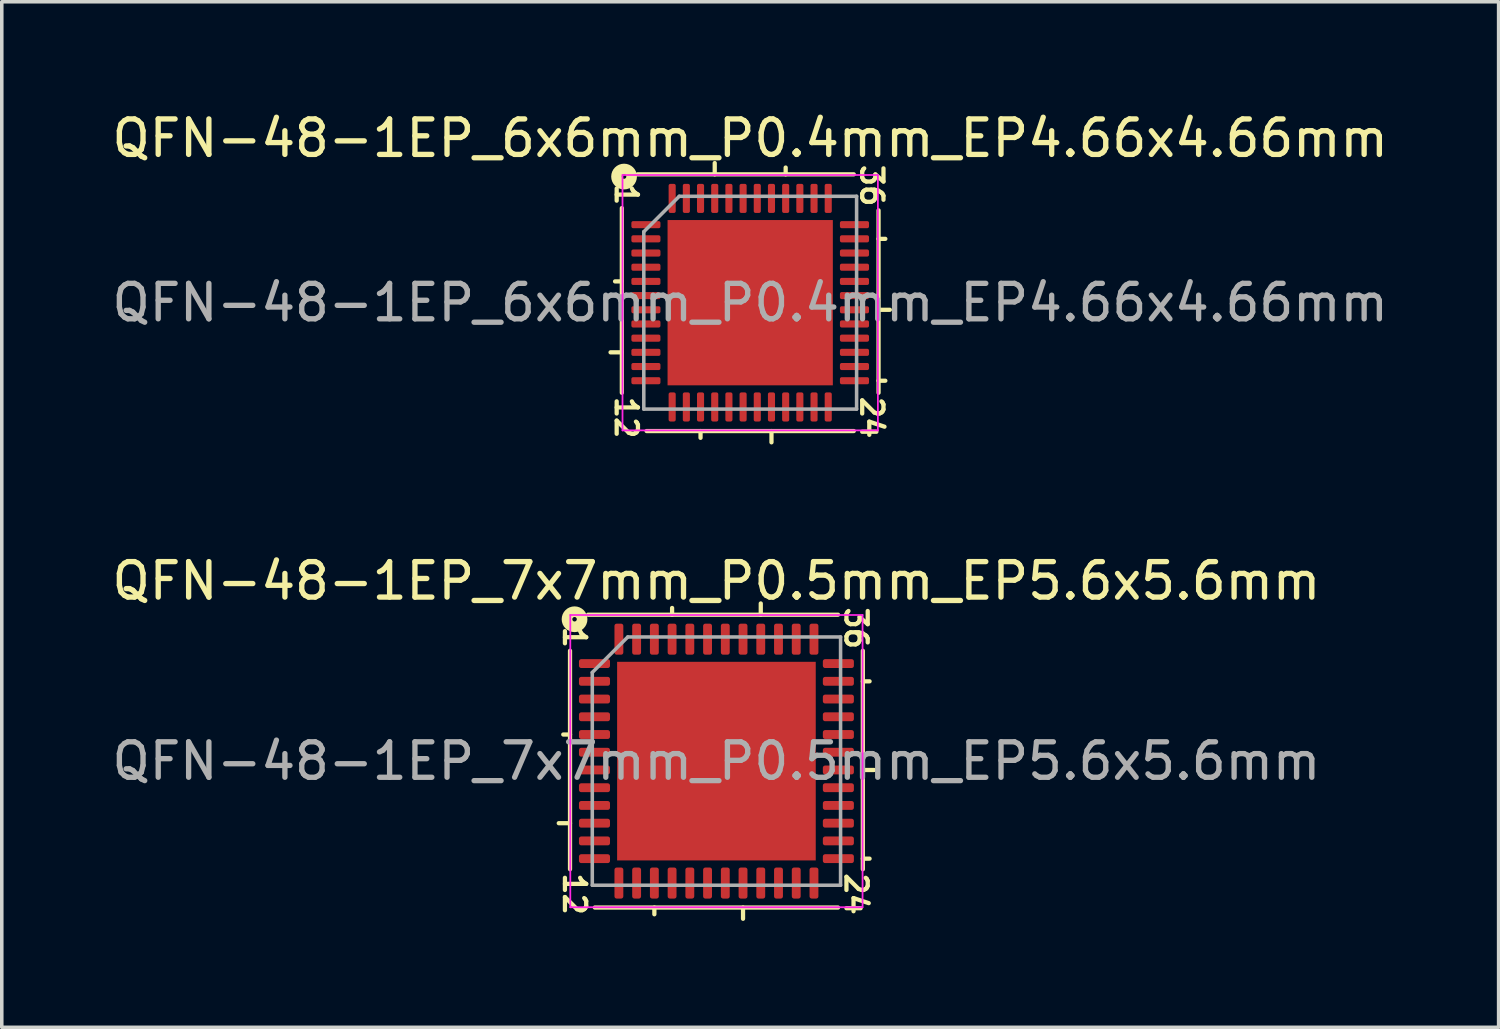
<source format=kicad_pcb>
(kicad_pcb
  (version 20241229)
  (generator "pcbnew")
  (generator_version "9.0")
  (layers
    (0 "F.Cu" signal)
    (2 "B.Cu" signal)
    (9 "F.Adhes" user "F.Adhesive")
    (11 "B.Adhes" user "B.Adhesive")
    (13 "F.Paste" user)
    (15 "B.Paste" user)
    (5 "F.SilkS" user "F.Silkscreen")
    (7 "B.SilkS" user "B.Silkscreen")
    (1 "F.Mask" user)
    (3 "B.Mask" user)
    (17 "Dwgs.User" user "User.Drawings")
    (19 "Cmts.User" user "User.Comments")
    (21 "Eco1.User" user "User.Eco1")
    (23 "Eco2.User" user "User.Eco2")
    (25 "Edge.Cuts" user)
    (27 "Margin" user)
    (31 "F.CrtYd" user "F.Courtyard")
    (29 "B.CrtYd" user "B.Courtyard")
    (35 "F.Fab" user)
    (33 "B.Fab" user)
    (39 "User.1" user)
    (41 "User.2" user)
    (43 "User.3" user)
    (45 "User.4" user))
  (footprint "QFN-48-1EP_6x6mm_P0.4mm_EP4.66x4.66mm"
    (layer "F.Cu")
    (at 18.101 5.484)
    (property "Reference" "QFN-48-1EP_6x6mm_P0.4mm_EP4.66x4.66mm" (at 0 -4.636 0) (layer "F.SilkS") (effects (font (size 1 1) (thickness 0.15))))
    (attr smd)
    (fp_line (start -3.619 -2.667) (end -3.619 2.54) (stroke (width 0.12) (type solid)) (layer "F.SilkS"))
    (fp_line (start -3.619 -0.6) (end -3.81 -0.6) (stroke (width 0.12) (type solid)) (layer "F.SilkS"))
    (fp_line (start -3.619 1.4) (end -3.937 1.4) (stroke (width 0.12) (type solid)) (layer "F.SilkS"))
    (fp_line (start -2.921 3.619) (end 2.921 3.619) (stroke (width 0.12) (type solid)) (layer "F.SilkS"))
    (fp_line (start -1.4 3.81) (end -1.4 3.619) (stroke (width 0.12) (type solid)) (layer "F.SilkS"))
    (fp_line (start -1 -3.619) (end -1 -3.937) (stroke (width 0.12) (type solid)) (layer "F.SilkS"))
    (fp_line (start 0.6 3.619) (end 0.6 3.937) (stroke (width 0.12) (type solid)) (layer "F.SilkS"))
    (fp_line (start 1 -3.619) (end 1 -3.81) (stroke (width 0.12) (type solid)) (layer "F.SilkS"))
    (fp_line (start 2.921 -3.619) (end -3.175 -3.619) (stroke (width 0.12) (type solid)) (layer "F.SilkS"))
    (fp_line (start 3.619 -1.8) (end 3.81 -1.8) (stroke (width 0.12) (type solid)) (layer "F.SilkS"))
    (fp_line (start 3.619 0.2) (end 3.937 0.2) (stroke (width 0.12) (type solid)) (layer "F.SilkS"))
    (fp_line (start 3.619 2.2) (end 3.81 2.2) (stroke (width 0.12) (type solid)) (layer "F.SilkS"))
    (fp_line (start 3.619 2.54) (end 3.619 -2.603) (stroke (width 0.12) (type solid)) (layer "F.SilkS"))
    (fp_circle (center -3.556 -3.556) (end -3.493 -3.556) (stroke (width 0.3) (type solid)) (fill no) (layer "F.SilkS"))
    (fp_line (start -3.6 -3.6) (end -3.6 3.6) (stroke (width 0.05) (type solid)) (layer "F.CrtYd"))
    (fp_line (start -3.6 3.6) (end 3.6 3.6) (stroke (width 0.05) (type solid)) (layer "F.CrtYd"))
    (fp_line (start 3.6 -3.6) (end -3.6 -3.6) (stroke (width 0.05) (type solid)) (layer "F.CrtYd"))
    (fp_line (start 3.6 3.6) (end 3.6 -3.6) (stroke (width 0.05) (type solid)) (layer "F.CrtYd"))
    (fp_line (start -3 -2) (end -2 -3) (stroke (width 0.1) (type solid)) (layer "F.Fab"))
    (fp_line (start -3 3) (end -3 -2) (stroke (width 0.1) (type solid)) (layer "F.Fab"))
    (fp_line (start -2 -3) (end 3 -3) (stroke (width 0.1) (type solid)) (layer "F.Fab"))
    (fp_line (start 3 -3) (end 3 3) (stroke (width 0.1) (type solid)) (layer "F.Fab"))
    (fp_line (start 3 3) (end -3 3) (stroke (width 0.1) (type solid)) (layer "F.Fab"))
    (fp_text user "36" (at 3.429 -3.302 270) (unlocked yes) (layer "F.SilkS") (effects (font (size 0.6 0.6) (thickness 0.12))))
    (fp_text user "24" (at 3.429 3.239 270) (unlocked yes) (layer "F.SilkS") (effects (font (size 0.6 0.6) (thickness 0.12))))
    (fp_text user "12" (at -3.493 3.239 270) (unlocked yes) (layer "F.SilkS") (effects (font (size 0.6 0.6) (thickness 0.12))))
    (fp_text user "1" (at -3.493 -3.048 270) (unlocked yes) (layer "F.SilkS") (effects (font (size 0.6 0.6) (thickness 0.12))))
    (fp_text user "${REFERENCE}" (at 0 0 0) (layer "F.Fab") (effects (font (size 1 1) (thickness 0.15))))
    (pad "" smd roundrect (at -1.55 -1.55) (size 1.25 1.25) (layers "F.Paste") (roundrect_rratio 0.2))
    (pad "" smd roundrect (at -1.55 0) (size 1.25 1.25) (layers "F.Paste") (roundrect_rratio 0.2))
    (pad "" smd roundrect (at -1.55 1.55) (size 1.25 1.25) (layers "F.Paste") (roundrect_rratio 0.2))
    (pad "" smd roundrect (at 0 -1.55) (size 1.25 1.25) (layers "F.Paste") (roundrect_rratio 0.2))
    (pad "" smd roundrect (at 0 0) (size 1.25 1.25) (layers "F.Paste") (roundrect_rratio 0.2))
    (pad "" smd roundrect (at 0 1.55) (size 1.25 1.25) (layers "F.Paste") (roundrect_rratio 0.2))
    (pad "" smd roundrect (at 1.55 -1.55) (size 1.25 1.25) (layers "F.Paste") (roundrect_rratio 0.2))
    (pad "" smd roundrect (at 1.55 0) (size 1.25 1.25) (layers "F.Paste") (roundrect_rratio 0.2))
    (pad "" smd roundrect (at 1.55 1.55) (size 1.25 1.25) (layers "F.Paste") (roundrect_rratio 0.2))
    (pad "1" smd roundrect (at -2.94 -2.2) (size 0.82 0.2) (layers "F.Cu" "F.Mask" "F.Paste") (roundrect_rratio 0.25))
    (pad "2" smd roundrect (at -2.94 -1.8) (size 0.82 0.2) (layers "F.Cu" "F.Mask" "F.Paste") (roundrect_rratio 0.25))
    (pad "3" smd roundrect (at -2.94 -1.4) (size 0.82 0.2) (layers "F.Cu" "F.Mask" "F.Paste") (roundrect_rratio 0.25))
    (pad "4" smd roundrect (at -2.94 -1) (size 0.82 0.2) (layers "F.Cu" "F.Mask" "F.Paste") (roundrect_rratio 0.25))
    (pad "5" smd roundrect (at -2.94 -0.6) (size 0.82 0.2) (layers "F.Cu" "F.Mask" "F.Paste") (roundrect_rratio 0.25))
    (pad "6" smd roundrect (at -2.94 -0.2) (size 0.82 0.2) (layers "F.Cu" "F.Mask" "F.Paste") (roundrect_rratio 0.25))
    (pad "7" smd roundrect (at -2.94 0.2) (size 0.82 0.2) (layers "F.Cu" "F.Mask" "F.Paste") (roundrect_rratio 0.25))
    (pad "8" smd roundrect (at -2.94 0.6) (size 0.82 0.2) (layers "F.Cu" "F.Mask" "F.Paste") (roundrect_rratio 0.25))
    (pad "9" smd roundrect (at -2.94 1) (size 0.82 0.2) (layers "F.Cu" "F.Mask" "F.Paste") (roundrect_rratio 0.25))
    (pad "10" smd roundrect (at -2.94 1.4) (size 0.82 0.2) (layers "F.Cu" "F.Mask" "F.Paste") (roundrect_rratio 0.25))
    (pad "11" smd roundrect (at -2.94 1.8) (size 0.82 0.2) (layers "F.Cu" "F.Mask" "F.Paste") (roundrect_rratio 0.25))
    (pad "12" smd roundrect (at -2.94 2.2) (size 0.82 0.2) (layers "F.Cu" "F.Mask" "F.Paste") (roundrect_rratio 0.25))
    (pad "13" smd roundrect (at -2.2 2.94) (size 0.2 0.82) (layers "F.Cu" "F.Mask" "F.Paste") (roundrect_rratio 0.25))
    (pad "14" smd roundrect (at -1.8 2.94) (size 0.2 0.82) (layers "F.Cu" "F.Mask" "F.Paste") (roundrect_rratio 0.25))
    (pad "15" smd roundrect (at -1.4 2.94) (size 0.2 0.82) (layers "F.Cu" "F.Mask" "F.Paste") (roundrect_rratio 0.25))
    (pad "16" smd roundrect (at -1 2.94) (size 0.2 0.82) (layers "F.Cu" "F.Mask" "F.Paste") (roundrect_rratio 0.25))
    (pad "17" smd roundrect (at -0.6 2.94) (size 0.2 0.82) (layers "F.Cu" "F.Mask" "F.Paste") (roundrect_rratio 0.25))
    (pad "18" smd roundrect (at -0.2 2.94) (size 0.2 0.82) (layers "F.Cu" "F.Mask" "F.Paste") (roundrect_rratio 0.25))
    (pad "19" smd roundrect (at 0.2 2.94) (size 0.2 0.82) (layers "F.Cu" "F.Mask" "F.Paste") (roundrect_rratio 0.25))
    (pad "20" smd roundrect (at 0.6 2.94) (size 0.2 0.82) (layers "F.Cu" "F.Mask" "F.Paste") (roundrect_rratio 0.25))
    (pad "21" smd roundrect (at 1 2.94) (size 0.2 0.82) (layers "F.Cu" "F.Mask" "F.Paste") (roundrect_rratio 0.25))
    (pad "22" smd roundrect (at 1.4 2.94) (size 0.2 0.82) (layers "F.Cu" "F.Mask" "F.Paste") (roundrect_rratio 0.25))
    (pad "23" smd roundrect (at 1.8 2.94) (size 0.2 0.82) (layers "F.Cu" "F.Mask" "F.Paste") (roundrect_rratio 0.25))
    (pad "24" smd roundrect (at 2.2 2.94) (size 0.2 0.82) (layers "F.Cu" "F.Mask" "F.Paste") (roundrect_rratio 0.25))
    (pad "25" smd roundrect (at 2.94 2.2) (size 0.82 0.2) (layers "F.Cu" "F.Mask" "F.Paste") (roundrect_rratio 0.25))
    (pad "26" smd roundrect (at 2.94 1.8) (size 0.82 0.2) (layers "F.Cu" "F.Mask" "F.Paste") (roundrect_rratio 0.25))
    (pad "27" smd roundrect (at 2.94 1.4) (size 0.82 0.2) (layers "F.Cu" "F.Mask" "F.Paste") (roundrect_rratio 0.25))
    (pad "28" smd roundrect (at 2.94 1) (size 0.82 0.2) (layers "F.Cu" "F.Mask" "F.Paste") (roundrect_rratio 0.25))
    (pad "29" smd roundrect (at 2.94 0.6) (size 0.82 0.2) (layers "F.Cu" "F.Mask" "F.Paste") (roundrect_rratio 0.25))
    (pad "30" smd roundrect (at 2.94 0.2) (size 0.82 0.2) (layers "F.Cu" "F.Mask" "F.Paste") (roundrect_rratio 0.25))
    (pad "31" smd roundrect (at 2.94 -0.2) (size 0.82 0.2) (layers "F.Cu" "F.Mask" "F.Paste") (roundrect_rratio 0.25))
    (pad "32" smd roundrect (at 2.94 -0.6) (size 0.82 0.2) (layers "F.Cu" "F.Mask" "F.Paste") (roundrect_rratio 0.25))
    (pad "33" smd roundrect (at 2.94 -1) (size 0.82 0.2) (layers "F.Cu" "F.Mask" "F.Paste") (roundrect_rratio 0.25))
    (pad "34" smd roundrect (at 2.94 -1.4) (size 0.82 0.2) (layers "F.Cu" "F.Mask" "F.Paste") (roundrect_rratio 0.25))
    (pad "35" smd roundrect (at 2.94 -1.8) (size 0.82 0.2) (layers "F.Cu" "F.Mask" "F.Paste") (roundrect_rratio 0.25))
    (pad "36" smd roundrect (at 2.94 -2.2) (size 0.82 0.2) (layers "F.Cu" "F.Mask" "F.Paste") (roundrect_rratio 0.25))
    (pad "37" smd roundrect (at 2.2 -2.94) (size 0.2 0.82) (layers "F.Cu" "F.Mask" "F.Paste") (roundrect_rratio 0.25))
    (pad "38" smd roundrect (at 1.8 -2.94) (size 0.2 0.82) (layers "F.Cu" "F.Mask" "F.Paste") (roundrect_rratio 0.25))
    (pad "39" smd roundrect (at 1.4 -2.94) (size 0.2 0.82) (layers "F.Cu" "F.Mask" "F.Paste") (roundrect_rratio 0.25))
    (pad "40" smd roundrect (at 1 -2.94) (size 0.2 0.82) (layers "F.Cu" "F.Mask" "F.Paste") (roundrect_rratio 0.25))
    (pad "41" smd roundrect (at 0.6 -2.94) (size 0.2 0.82) (layers "F.Cu" "F.Mask" "F.Paste") (roundrect_rratio 0.25))
    (pad "42" smd roundrect (at 0.2 -2.94) (size 0.2 0.82) (layers "F.Cu" "F.Mask" "F.Paste") (roundrect_rratio 0.25))
    (pad "43" smd roundrect (at -0.2 -2.94) (size 0.2 0.82) (layers "F.Cu" "F.Mask" "F.Paste") (roundrect_rratio 0.25))
    (pad "44" smd roundrect (at -0.6 -2.94) (size 0.2 0.82) (layers "F.Cu" "F.Mask" "F.Paste") (roundrect_rratio 0.25))
    (pad "45" smd roundrect (at -1 -2.94) (size 0.2 0.82) (layers "F.Cu" "F.Mask" "F.Paste") (roundrect_rratio 0.25))
    (pad "46" smd roundrect (at -1.4 -2.94) (size 0.2 0.82) (layers "F.Cu" "F.Mask" "F.Paste") (roundrect_rratio 0.25))
    (pad "47" smd roundrect (at -1.8 -2.94) (size 0.2 0.82) (layers "F.Cu" "F.Mask" "F.Paste") (roundrect_rratio 0.25))
    (pad "48" smd roundrect (at -2.2 -2.94) (size 0.2 0.82) (layers "F.Cu" "F.Mask" "F.Paste") (roundrect_rratio 0.25))
    (pad "49" smd rect (at 0 0) (size 4.66 4.66) (layers "F.Cu" "F.Mask")))
  (footprint "QFN-48-1EP_7x7mm_P0.5mm_EP5.6x5.6mm"
    (layer "F.Cu")
    (at 17.149 18.409)
    (property "Reference" "QFN-48-1EP_7x7mm_P0.5mm_EP5.6x5.6mm" (at 0 -5.08 0) (layer "F.SilkS") (effects (font (size 1 1) (thickness 0.15))))
    (attr smd)
    (fp_line (start -4.128 -3.111) (end -4.128 3.048) (stroke (width 0.12) (type solid)) (layer "F.SilkS"))
    (fp_line (start -4.128 -0.75) (end -4.318 -0.75) (stroke (width 0.12) (type solid)) (layer "F.SilkS"))
    (fp_line (start -4.128 1.75) (end -4.445 1.75) (stroke (width 0.12) (type solid)) (layer "F.SilkS"))
    (fp_line (start -3.429 4.128) (end 3.429 4.128) (stroke (width 0.12) (type solid)) (layer "F.SilkS"))
    (fp_line (start -1.75 4.128) (end -1.75 4.318) (stroke (width 0.12) (type solid)) (layer "F.SilkS"))
    (fp_line (start -1.25 -4.128) (end -1.25 -4.318) (stroke (width 0.12) (type solid)) (layer "F.SilkS"))
    (fp_line (start 0.75 4.128) (end 0.75 4.445) (stroke (width 0.12) (type solid)) (layer "F.SilkS"))
    (fp_line (start 1.25 -4.128) (end 1.25 -4.445) (stroke (width 0.12) (type solid)) (layer "F.SilkS"))
    (fp_line (start 3.429 -4.128) (end -3.619 -4.128) (stroke (width 0.12) (type solid)) (layer "F.SilkS"))
    (fp_line (start 4.128 -2.25) (end 4.318 -2.25) (stroke (width 0.12) (type solid)) (layer "F.SilkS"))
    (fp_line (start 4.128 0.25) (end 4.445 0.25) (stroke (width 0.12) (type solid)) (layer "F.SilkS"))
    (fp_line (start 4.128 2.75) (end 4.318 2.75) (stroke (width 0.12) (type solid)) (layer "F.SilkS"))
    (fp_line (start 4.128 3.048) (end 4.128 -3.111) (stroke (width 0.12) (type solid)) (layer "F.SilkS"))
    (fp_circle (center -4 -4) (end -3.937 -4) (stroke (width 0.3) (type solid)) (fill no) (layer "F.SilkS"))
    (fp_line (start -4.12 -4.12) (end -4.12 4.12) (stroke (width 0.05) (type solid)) (layer "F.CrtYd"))
    (fp_line (start -4.12 4.12) (end 4.12 4.12) (stroke (width 0.05) (type solid)) (layer "F.CrtYd"))
    (fp_line (start 4.12 -4.12) (end -4.12 -4.12) (stroke (width 0.05) (type solid)) (layer "F.CrtYd"))
    (fp_line (start 4.12 4.12) (end 4.12 -4.12) (stroke (width 0.05) (type solid)) (layer "F.CrtYd"))
    (fp_line (start -3.5 -2.5) (end -2.5 -3.5) (stroke (width 0.1) (type solid)) (layer "F.Fab"))
    (fp_line (start -3.5 3.5) (end -3.5 -2.5) (stroke (width 0.1) (type solid)) (layer "F.Fab"))
    (fp_line (start -2.5 -3.5) (end 3.5 -3.5) (stroke (width 0.1) (type solid)) (layer "F.Fab"))
    (fp_line (start 3.5 -3.5) (end 3.5 3.5) (stroke (width 0.1) (type solid)) (layer "F.Fab"))
    (fp_line (start 3.5 3.5) (end -3.5 3.5) (stroke (width 0.1) (type solid)) (layer "F.Fab"))
    (fp_text user "36" (at 3.937 -3.747 270) (unlocked yes) (layer "F.SilkS") (effects (font (size 0.6 0.6) (thickness 0.12))))
    (fp_text user "1" (at -4 -3.493 270) (unlocked yes) (layer "F.SilkS") (effects (font (size 0.6 0.6) (thickness 0.12))))
    (fp_text user "12" (at -4 3.747 270) (unlocked yes) (layer "F.SilkS") (effects (font (size 0.6 0.6) (thickness 0.12))))
    (fp_text user "24" (at 3.937 3.747 270) (unlocked yes) (layer "F.SilkS") (effects (font (size 0.6 0.6) (thickness 0.12))))
    (fp_text user "${REFERENCE}" (at 0 0 0) (layer "F.Fab") (effects (font (size 1 1) (thickness 0.15))))
    (pad "" smd roundrect (at -2.1 -2.1) (size 1.13 1.13) (layers "F.Paste") (roundrect_rratio 0.221))
    (pad "" smd roundrect (at -2.1 -0.7) (size 1.13 1.13) (layers "F.Paste") (roundrect_rratio 0.221))
    (pad "" smd roundrect (at -2.1 0.7) (size 1.13 1.13) (layers "F.Paste") (roundrect_rratio 0.221))
    (pad "" smd roundrect (at -2.1 2.1) (size 1.13 1.13) (layers "F.Paste") (roundrect_rratio 0.221))
    (pad "" smd roundrect (at -0.7 -2.1) (size 1.13 1.13) (layers "F.Paste") (roundrect_rratio 0.221))
    (pad "" smd roundrect (at -0.7 -0.7) (size 1.13 1.13) (layers "F.Paste") (roundrect_rratio 0.221))
    (pad "" smd roundrect (at -0.7 0.7) (size 1.13 1.13) (layers "F.Paste") (roundrect_rratio 0.221))
    (pad "" smd roundrect (at -0.7 2.1) (size 1.13 1.13) (layers "F.Paste") (roundrect_rratio 0.221))
    (pad "" smd roundrect (at 0.7 -2.1) (size 1.13 1.13) (layers "F.Paste") (roundrect_rratio 0.221))
    (pad "" smd roundrect (at 0.7 -0.7) (size 1.13 1.13) (layers "F.Paste") (roundrect_rratio 0.221))
    (pad "" smd roundrect (at 0.7 0.7) (size 1.13 1.13) (layers "F.Paste") (roundrect_rratio 0.221))
    (pad "" smd roundrect (at 0.7 2.1) (size 1.13 1.13) (layers "F.Paste") (roundrect_rratio 0.221))
    (pad "" smd roundrect (at 2.1 -2.1) (size 1.13 1.13) (layers "F.Paste") (roundrect_rratio 0.221))
    (pad "" smd roundrect (at 2.1 -0.7) (size 1.13 1.13) (layers "F.Paste") (roundrect_rratio 0.221))
    (pad "" smd roundrect (at 2.1 0.7) (size 1.13 1.13) (layers "F.Paste") (roundrect_rratio 0.221))
    (pad "" smd roundrect (at 2.1 2.1) (size 1.13 1.13) (layers "F.Paste") (roundrect_rratio 0.221))
    (pad "1" smd roundrect (at -3.438 -2.75) (size 0.875 0.25) (layers "F.Cu" "F.Mask" "F.Paste") (roundrect_rratio 0.25))
    (pad "2" smd roundrect (at -3.438 -2.25) (size 0.875 0.25) (layers "F.Cu" "F.Mask" "F.Paste") (roundrect_rratio 0.25))
    (pad "3" smd roundrect (at -3.438 -1.75) (size 0.875 0.25) (layers "F.Cu" "F.Mask" "F.Paste") (roundrect_rratio 0.25))
    (pad "4" smd roundrect (at -3.438 -1.25) (size 0.875 0.25) (layers "F.Cu" "F.Mask" "F.Paste") (roundrect_rratio 0.25))
    (pad "5" smd roundrect (at -3.438 -0.75) (size 0.875 0.25) (layers "F.Cu" "F.Mask" "F.Paste") (roundrect_rratio 0.25))
    (pad "6" smd roundrect (at -3.438 -0.25) (size 0.875 0.25) (layers "F.Cu" "F.Mask" "F.Paste") (roundrect_rratio 0.25))
    (pad "7" smd roundrect (at -3.438 0.25) (size 0.875 0.25) (layers "F.Cu" "F.Mask" "F.Paste") (roundrect_rratio 0.25))
    (pad "8" smd roundrect (at -3.438 0.75) (size 0.875 0.25) (layers "F.Cu" "F.Mask" "F.Paste") (roundrect_rratio 0.25))
    (pad "9" smd roundrect (at -3.438 1.25) (size 0.875 0.25) (layers "F.Cu" "F.Mask" "F.Paste") (roundrect_rratio 0.25))
    (pad "10" smd roundrect (at -3.438 1.75) (size 0.875 0.25) (layers "F.Cu" "F.Mask" "F.Paste") (roundrect_rratio 0.25))
    (pad "11" smd roundrect (at -3.438 2.25) (size 0.875 0.25) (layers "F.Cu" "F.Mask" "F.Paste") (roundrect_rratio 0.25))
    (pad "12" smd roundrect (at -3.438 2.75) (size 0.875 0.25) (layers "F.Cu" "F.Mask" "F.Paste") (roundrect_rratio 0.25))
    (pad "13" smd roundrect (at -2.75 3.438) (size 0.25 0.875) (layers "F.Cu" "F.Mask" "F.Paste") (roundrect_rratio 0.25))
    (pad "14" smd roundrect (at -2.25 3.438) (size 0.25 0.875) (layers "F.Cu" "F.Mask" "F.Paste") (roundrect_rratio 0.25))
    (pad "15" smd roundrect (at -1.75 3.438) (size 0.25 0.875) (layers "F.Cu" "F.Mask" "F.Paste") (roundrect_rratio 0.25))
    (pad "16" smd roundrect (at -1.25 3.438) (size 0.25 0.875) (layers "F.Cu" "F.Mask" "F.Paste") (roundrect_rratio 0.25))
    (pad "17" smd roundrect (at -0.75 3.438) (size 0.25 0.875) (layers "F.Cu" "F.Mask" "F.Paste") (roundrect_rratio 0.25))
    (pad "18" smd roundrect (at -0.25 3.438) (size 0.25 0.875) (layers "F.Cu" "F.Mask" "F.Paste") (roundrect_rratio 0.25))
    (pad "19" smd roundrect (at 0.25 3.438) (size 0.25 0.875) (layers "F.Cu" "F.Mask" "F.Paste") (roundrect_rratio 0.25))
    (pad "20" smd roundrect (at 0.75 3.438) (size 0.25 0.875) (layers "F.Cu" "F.Mask" "F.Paste") (roundrect_rratio 0.25))
    (pad "21" smd roundrect (at 1.25 3.438) (size 0.25 0.875) (layers "F.Cu" "F.Mask" "F.Paste") (roundrect_rratio 0.25))
    (pad "22" smd roundrect (at 1.75 3.438) (size 0.25 0.875) (layers "F.Cu" "F.Mask" "F.Paste") (roundrect_rratio 0.25))
    (pad "23" smd roundrect (at 2.25 3.438) (size 0.25 0.875) (layers "F.Cu" "F.Mask" "F.Paste") (roundrect_rratio 0.25))
    (pad "24" smd roundrect (at 2.75 3.438) (size 0.25 0.875) (layers "F.Cu" "F.Mask" "F.Paste") (roundrect_rratio 0.25))
    (pad "25" smd roundrect (at 3.438 2.75) (size 0.875 0.25) (layers "F.Cu" "F.Mask" "F.Paste") (roundrect_rratio 0.25))
    (pad "26" smd roundrect (at 3.438 2.25) (size 0.875 0.25) (layers "F.Cu" "F.Mask" "F.Paste") (roundrect_rratio 0.25))
    (pad "27" smd roundrect (at 3.438 1.75) (size 0.875 0.25) (layers "F.Cu" "F.Mask" "F.Paste") (roundrect_rratio 0.25))
    (pad "28" smd roundrect (at 3.438 1.25) (size 0.875 0.25) (layers "F.Cu" "F.Mask" "F.Paste") (roundrect_rratio 0.25))
    (pad "29" smd roundrect (at 3.438 0.75) (size 0.875 0.25) (layers "F.Cu" "F.Mask" "F.Paste") (roundrect_rratio 0.25))
    (pad "30" smd roundrect (at 3.438 0.25) (size 0.875 0.25) (layers "F.Cu" "F.Mask" "F.Paste") (roundrect_rratio 0.25))
    (pad "31" smd roundrect (at 3.438 -0.25) (size 0.875 0.25) (layers "F.Cu" "F.Mask" "F.Paste") (roundrect_rratio 0.25))
    (pad "32" smd roundrect (at 3.438 -0.75) (size 0.875 0.25) (layers "F.Cu" "F.Mask" "F.Paste") (roundrect_rratio 0.25))
    (pad "33" smd roundrect (at 3.438 -1.25) (size 0.875 0.25) (layers "F.Cu" "F.Mask" "F.Paste") (roundrect_rratio 0.25))
    (pad "34" smd roundrect (at 3.438 -1.75) (size 0.875 0.25) (layers "F.Cu" "F.Mask" "F.Paste") (roundrect_rratio 0.25))
    (pad "35" smd roundrect (at 3.438 -2.25) (size 0.875 0.25) (layers "F.Cu" "F.Mask" "F.Paste") (roundrect_rratio 0.25))
    (pad "36" smd roundrect (at 3.438 -2.75) (size 0.875 0.25) (layers "F.Cu" "F.Mask" "F.Paste") (roundrect_rratio 0.25))
    (pad "37" smd roundrect (at 2.75 -3.438) (size 0.25 0.875) (layers "F.Cu" "F.Mask" "F.Paste") (roundrect_rratio 0.25))
    (pad "38" smd roundrect (at 2.25 -3.438) (size 0.25 0.875) (layers "F.Cu" "F.Mask" "F.Paste") (roundrect_rratio 0.25))
    (pad "39" smd roundrect (at 1.75 -3.438) (size 0.25 0.875) (layers "F.Cu" "F.Mask" "F.Paste") (roundrect_rratio 0.25))
    (pad "40" smd roundrect (at 1.25 -3.438) (size 0.25 0.875) (layers "F.Cu" "F.Mask" "F.Paste") (roundrect_rratio 0.25))
    (pad "41" smd roundrect (at 0.75 -3.438) (size 0.25 0.875) (layers "F.Cu" "F.Mask" "F.Paste") (roundrect_rratio 0.25))
    (pad "42" smd roundrect (at 0.25 -3.438) (size 0.25 0.875) (layers "F.Cu" "F.Mask" "F.Paste") (roundrect_rratio 0.25))
    (pad "43" smd roundrect (at -0.25 -3.438) (size 0.25 0.875) (layers "F.Cu" "F.Mask" "F.Paste") (roundrect_rratio 0.25))
    (pad "44" smd roundrect (at -0.75 -3.438) (size 0.25 0.875) (layers "F.Cu" "F.Mask" "F.Paste") (roundrect_rratio 0.25))
    (pad "45" smd roundrect (at -1.25 -3.438) (size 0.25 0.875) (layers "F.Cu" "F.Mask" "F.Paste") (roundrect_rratio 0.25))
    (pad "46" smd roundrect (at -1.75 -3.438) (size 0.25 0.875) (layers "F.Cu" "F.Mask" "F.Paste") (roundrect_rratio 0.25))
    (pad "47" smd roundrect (at -2.25 -3.438) (size 0.25 0.875) (layers "F.Cu" "F.Mask" "F.Paste") (roundrect_rratio 0.25))
    (pad "48" smd roundrect (at -2.75 -3.438) (size 0.25 0.875) (layers "F.Cu" "F.Mask" "F.Paste") (roundrect_rratio 0.25))
    (pad "49" smd rect (at 0 0) (size 5.6 5.6) (layers "F.Cu" "F.Mask")))
  (gr_rect
    (start -3 -3)
    (end 39.202 25.914)
    (stroke (width 0.1) (type default))
    (fill no)
    (layer "Edge.Cuts")))
</source>
